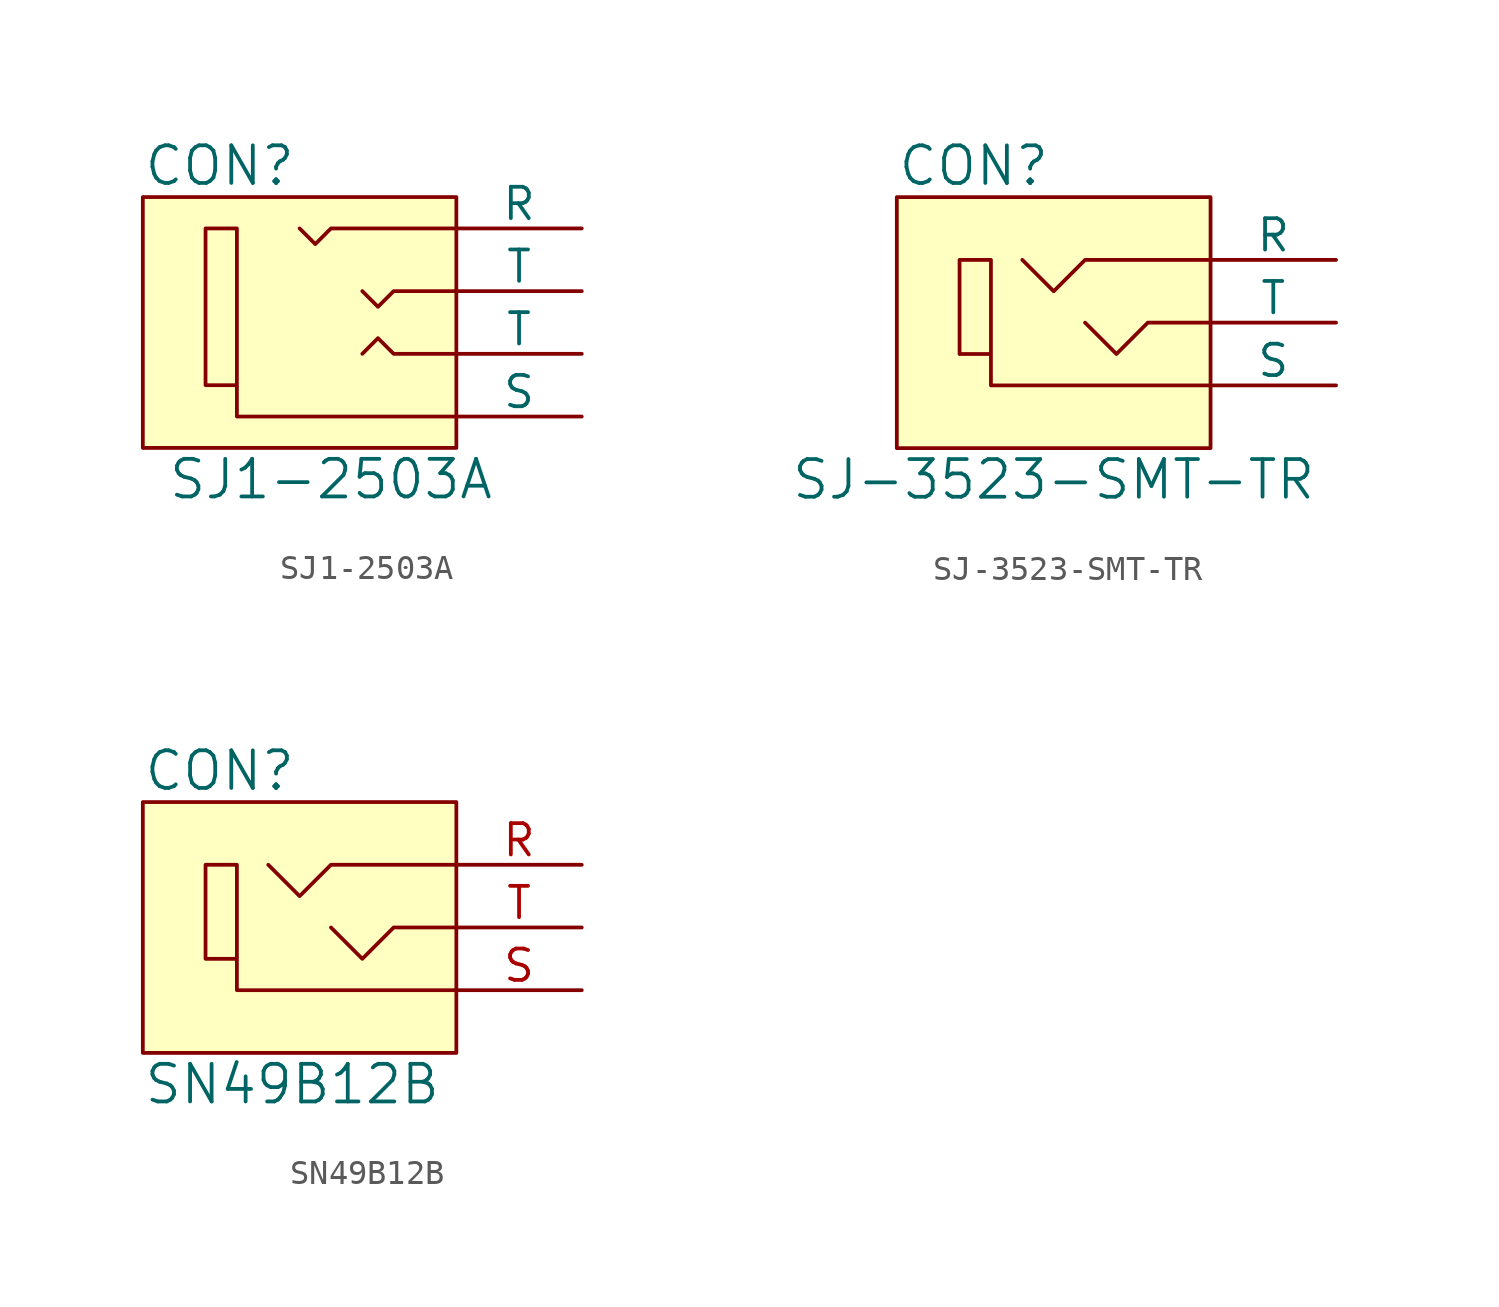
<source format=kicad_sym>
(kicad_symbol_lib
  (version 20220914)
  (generator kicad_symbol_editor)
  (symbol "SJ1-2503A"
    (pin_numbers hide)
    (pin_names
      (offset 0))
    (property "Reference" "CON"
      (at -7.62 5.08 0)
      (effects (font (size 1.524 1.524)) (justify left)))
    (property "Value" "SJ1-2503A"
      (at 0 -7.62 0)
      (effects (font (size 1.524 1.524))))
    (symbol "SJ1-2503A_0_1"
      (polyline (pts (xy 5.08 -2.54) (xy 2.54 -2.54) (xy 1.905 -1.905) (xy 1.27 -2.54)) (stroke (width 0) (type default)) (fill (type none)))
      (polyline (pts (xy 5.08 0) (xy 2.54 0) (xy 1.905 -0.635) (xy 1.27 0)) (stroke (width 0) (type default)) (fill (type none)))
      (polyline (pts (xy 5.08 2.54) (xy 0 2.54) (xy -0.635 1.905) (xy -1.27 2.54)) (stroke (width 0) (type default)) (fill (type none)))
      (polyline (pts (xy 5.08 -5.08) (xy -3.81 -5.08) (xy -3.81 2.54) (xy -5.08 2.54) (xy -5.08 -3.81) (xy -3.81 -3.81)) (stroke (width 0) (type default)) (fill (type none)))
      (rectangle (start 5.08 3.81) (end -7.62 -6.35) (stroke (width 0) (type default)) (fill (type background))))
    (symbol "SJ1-2503A_1_1"
      (pin passive line (at 10.16 -5.08 180) (length 5.08) (name "S" (effects (font (size 1.27 1.27)))) (number "1" (effects (font (size 1.27 1.27)))))
      (pin passive line (at 10.16 0 180) (length 5.08) (name "T" (effects (font (size 1.27 1.27)))) (number "2" (effects (font (size 1.27 1.27)))))
      (pin passive line (at 10.16 -2.54 180) (length 5.08) (name "T" (effects (font (size 1.27 1.27)))) (number "3" (effects (font (size 1.27 1.27)))))
      (pin passive line (at 10.16 2.54 180) (length 5.08) (name "R" (effects (font (size 1.27 1.27)))) (number "4" (effects (font (size 1.27 1.27)))))))
  (symbol "SJ-3523-SMT-TR"
    (pin_numbers hide)
    (pin_names
      (offset 0))
    (property "Reference" "CON"
      (at -7.62 6.35 0)
      (effects (font (size 1.524 1.524)) (justify left)))
    (property "Value" "SJ-3523-SMT-TR"
      (at -1.27 -6.35 0)
      (effects (font (size 1.524 1.524))))
    (symbol "SJ-3523-SMT-TR_0_1"
      (polyline (pts (xy 5.08 0) (xy 2.54 0) (xy 1.27 -1.27) (xy 0 0)) (stroke (width 0) (type default)) (fill (type none)))
      (polyline (pts (xy 5.08 2.54) (xy 0 2.54) (xy -1.27 1.27) (xy -2.54 2.54)) (stroke (width 0) (type default)) (fill (type none)))
      (polyline (pts (xy 5.08 -2.54) (xy -3.81 -2.54) (xy -3.81 2.54) (xy -5.08 2.54) (xy -5.08 -1.27) (xy -3.81 -1.27)) (stroke (width 0) (type default)) (fill (type none)))
      (rectangle (start 5.08 5.08) (end -7.62 -5.08) (stroke (width 0) (type default)) (fill (type background))))
    (symbol "SJ-3523-SMT-TR_1_1"
      (pin passive line (at 10.16 -2.54 180) (length 5.08) (name "S" (effects (font (size 1.27 1.27)))) (number "1" (effects (font (size 1.27 1.27)))))
      (pin passive line (at 10.16 0 180) (length 5.08) (name "T" (effects (font (size 1.27 1.27)))) (number "2" (effects (font (size 1.27 1.27)))))
      (pin passive line (at 10.16 2.54 180) (length 5.08) (name "R" (effects (font (size 1.27 1.27)))) (number "3" (effects (font (size 1.27 1.27)))))))
  (symbol "SN49B12B"
    (pin_names
      (offset 1.016))
    (property "Reference" "CON"
      (at -7.62 6.35 0)
      (effects (font (size 1.524 1.524)) (justify left)))
    (property "Value" "SN49B12B"
      (at -7.62 -6.35 0)
      (effects (font (size 1.524 1.524)) (justify left)))
    (symbol "SN49B12B_0_1"
      (polyline (pts (xy 5.08 0) (xy 2.54 0) (xy 1.27 -1.27) (xy 0 0)) (stroke (width 0) (type default)) (fill (type none)))
      (polyline (pts (xy 5.08 2.54) (xy 0 2.54) (xy -1.27 1.27) (xy -2.54 2.54)) (stroke (width 0) (type default)) (fill (type none)))
      (polyline (pts (xy 5.08 -2.54) (xy -3.81 -2.54) (xy -3.81 2.54) (xy -5.08 2.54) (xy -5.08 -1.27) (xy -3.81 -1.27)) (stroke (width 0) (type default)) (fill (type none)))
      (rectangle (start 5.08 5.08) (end -7.62 -5.08) (stroke (width 0) (type default)) (fill (type background))))
    (symbol "SN49B12B_1_1"
      (pin passive line (at 10.16 2.54 180) (length 5.08) (name "~" (effects (font (size 1.27 1.27)))) (number "R" (effects (font (size 1.27 1.27)))))
      (pin passive line (at 10.16 -2.54 180) (length 5.08) (name "~" (effects (font (size 1.27 1.27)))) (number "S" (effects (font (size 1.27 1.27)))))
      (pin passive line (at 10.16 0 180) (length 5.08) (name "~" (effects (font (size 1.27 1.27)))) (number "T" (effects (font (size 1.27 1.27))))))))
</source>
